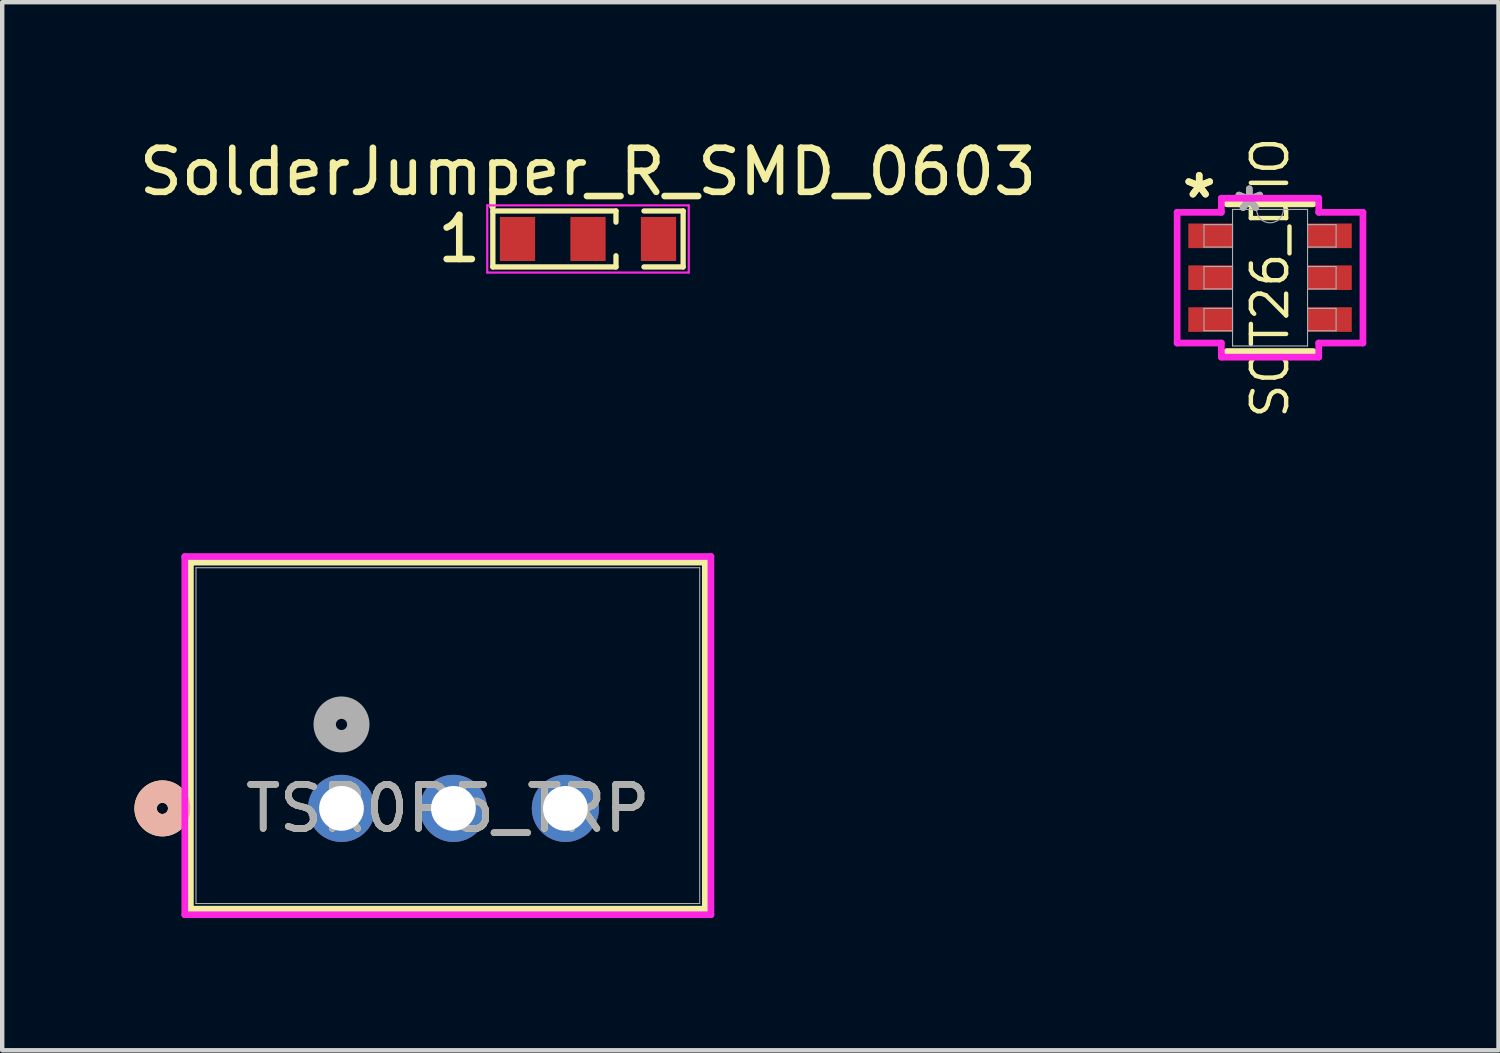
<source format=kicad_pcb>
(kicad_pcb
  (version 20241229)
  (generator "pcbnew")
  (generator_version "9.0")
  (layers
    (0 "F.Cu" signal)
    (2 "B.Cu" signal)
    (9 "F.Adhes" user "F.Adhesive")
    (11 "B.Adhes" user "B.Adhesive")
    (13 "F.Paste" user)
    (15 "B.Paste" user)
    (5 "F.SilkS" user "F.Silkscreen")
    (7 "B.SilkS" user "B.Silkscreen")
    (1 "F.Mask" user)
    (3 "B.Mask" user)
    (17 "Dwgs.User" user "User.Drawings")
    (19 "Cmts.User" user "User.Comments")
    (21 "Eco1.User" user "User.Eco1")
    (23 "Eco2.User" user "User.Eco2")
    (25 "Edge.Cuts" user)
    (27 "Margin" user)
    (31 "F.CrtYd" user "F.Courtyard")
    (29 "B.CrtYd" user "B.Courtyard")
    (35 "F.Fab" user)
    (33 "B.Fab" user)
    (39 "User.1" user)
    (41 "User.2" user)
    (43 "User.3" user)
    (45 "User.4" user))
  (footprint "SOT26_DIO"
    (layer "F.Cu")
    (at 25.768 3.251)
    (property "Reference" "SOT26_DIO" (at 0 0 90) (unlocked yes) (layer "F.SilkS") (effects (font (size 0.8 0.8) (thickness 0.1))))
    (attr smd)
    (fp_line (start -0.978 1.676) (end 0.978 1.676) (stroke (width 0.152) (type solid)) (layer "F.SilkS"))
    (fp_line (start 0.978 -1.676) (end -0.978 -1.676) (stroke (width 0.152) (type solid)) (layer "F.SilkS"))
    (fp_line (start -2.108 -1.483) (end -1.105 -1.483) (stroke (width 0.152) (type solid)) (layer "F.CrtYd"))
    (fp_line (start -2.108 1.483) (end -2.108 -1.483) (stroke (width 0.152) (type solid)) (layer "F.CrtYd"))
    (fp_line (start -2.108 1.483) (end -1.105 1.483) (stroke (width 0.152) (type solid)) (layer "F.CrtYd"))
    (fp_line (start -1.105 -1.803) (end 1.105 -1.803) (stroke (width 0.152) (type solid)) (layer "F.CrtYd"))
    (fp_line (start -1.105 -1.483) (end -1.105 -1.803) (stroke (width 0.152) (type solid)) (layer "F.CrtYd"))
    (fp_line (start -1.105 1.803) (end -1.105 1.483) (stroke (width 0.152) (type solid)) (layer "F.CrtYd"))
    (fp_line (start 1.105 -1.803) (end 1.105 -1.483) (stroke (width 0.152) (type solid)) (layer "F.CrtYd"))
    (fp_line (start 1.105 1.483) (end 1.105 1.803) (stroke (width 0.152) (type solid)) (layer "F.CrtYd"))
    (fp_line (start 1.105 1.803) (end -1.105 1.803) (stroke (width 0.152) (type solid)) (layer "F.CrtYd"))
    (fp_line (start 2.108 -1.483) (end 1.105 -1.483) (stroke (width 0.152) (type solid)) (layer "F.CrtYd"))
    (fp_line (start 2.108 -1.483) (end 2.108 1.483) (stroke (width 0.152) (type solid)) (layer "F.CrtYd"))
    (fp_line (start 2.108 1.483) (end 1.105 1.483) (stroke (width 0.152) (type solid)) (layer "F.CrtYd"))
    (fp_line (start -1.499 -1.204) (end -1.499 -0.696) (stroke (width 0.025) (type solid)) (layer "F.Fab"))
    (fp_line (start -1.499 -0.696) (end -0.851 -0.696) (stroke (width 0.025) (type solid)) (layer "F.Fab"))
    (fp_line (start -1.499 -0.254) (end -1.499 0.254) (stroke (width 0.025) (type solid)) (layer "F.Fab"))
    (fp_line (start -1.499 0.254) (end -0.851 0.254) (stroke (width 0.025) (type solid)) (layer "F.Fab"))
    (fp_line (start -1.499 0.696) (end -1.499 1.204) (stroke (width 0.025) (type solid)) (layer "F.Fab"))
    (fp_line (start -1.499 1.204) (end -0.851 1.204) (stroke (width 0.025) (type solid)) (layer "F.Fab"))
    (fp_line (start -0.851 -1.549) (end -0.851 1.549) (stroke (width 0.025) (type solid)) (layer "F.Fab"))
    (fp_line (start -0.851 -1.204) (end -1.499 -1.204) (stroke (width 0.025) (type solid)) (layer "F.Fab"))
    (fp_line (start -0.851 -0.696) (end -0.851 -1.204) (stroke (width 0.025) (type solid)) (layer "F.Fab"))
    (fp_line (start -0.851 -0.254) (end -1.499 -0.254) (stroke (width 0.025) (type solid)) (layer "F.Fab"))
    (fp_line (start -0.851 0.254) (end -0.851 -0.254) (stroke (width 0.025) (type solid)) (layer "F.Fab"))
    (fp_line (start -0.851 0.696) (end -1.499 0.696) (stroke (width 0.025) (type solid)) (layer "F.Fab"))
    (fp_line (start -0.851 1.204) (end -0.851 0.696) (stroke (width 0.025) (type solid)) (layer "F.Fab"))
    (fp_line (start -0.851 1.549) (end 0.851 1.549) (stroke (width 0.025) (type solid)) (layer "F.Fab"))
    (fp_line (start 0.851 -1.549) (end -0.851 -1.549) (stroke (width 0.025) (type solid)) (layer "F.Fab"))
    (fp_line (start 0.851 -1.204) (end 0.851 -0.696) (stroke (width 0.025) (type solid)) (layer "F.Fab"))
    (fp_line (start 0.851 -0.696) (end 1.499 -0.696) (stroke (width 0.025) (type solid)) (layer "F.Fab"))
    (fp_line (start 0.851 -0.254) (end 0.851 0.254) (stroke (width 0.025) (type solid)) (layer "F.Fab"))
    (fp_line (start 0.851 0.254) (end 1.499 0.254) (stroke (width 0.025) (type solid)) (layer "F.Fab"))
    (fp_line (start 0.851 0.696) (end 0.851 1.204) (stroke (width 0.025) (type solid)) (layer "F.Fab"))
    (fp_line (start 0.851 1.204) (end 1.499 1.204) (stroke (width 0.025) (type solid)) (layer "F.Fab"))
    (fp_line (start 0.851 1.549) (end 0.851 -1.549) (stroke (width 0.025) (type solid)) (layer "F.Fab"))
    (fp_line (start 1.499 -1.204) (end 0.851 -1.204) (stroke (width 0.025) (type solid)) (layer "F.Fab"))
    (fp_line (start 1.499 -0.696) (end 1.499 -1.204) (stroke (width 0.025) (type solid)) (layer "F.Fab"))
    (fp_line (start 1.499 -0.254) (end 0.851 -0.254) (stroke (width 0.025) (type solid)) (layer "F.Fab"))
    (fp_line (start 1.499 0.254) (end 1.499 -0.254) (stroke (width 0.025) (type solid)) (layer "F.Fab"))
    (fp_line (start 1.499 0.696) (end 0.851 0.696) (stroke (width 0.025) (type solid)) (layer "F.Fab"))
    (fp_line (start 1.499 1.204) (end 1.499 0.696) (stroke (width 0.025) (type solid)) (layer "F.Fab"))
    (fp_arc (start 0.3048 -1.5494) (mid 0 -1.2446) (end -0.3048 -1.5494) (stroke (width 0.0254) (type solid)) (layer "F.Fab"))
    (fp_rect (start -1.118 -1.829) (end 1.118 1.829) (stroke (width 0.1) (type default)) (fill no) (layer "User.7"))
    (fp_arc (start 0.3048 -1.778) (mid 0 -1.4732) (end -0.3048 -1.778) (stroke (width 0.0254) (type solid)) (layer "User.7"))
    (fp_text user "*" (at -1.607 -1.778 0) (layer "F.SilkS") (effects (font (size 1 1) (thickness 0.15))))
    (fp_text user "*" (at -1.607 -1.778 0) (unlocked yes) (layer "F.SilkS") (effects (font (size 1 1) (thickness 0.15))))
    (fp_text user "*" (at -0.47 -1.473 0) (unlocked yes) (layer "F.Fab") (effects (font (size 1 1) (thickness 0.15))))
    (fp_text user "*" (at -0.47 -1.473 0) (layer "F.Fab") (effects (font (size 1 1) (thickness 0.15))))
    (fp_text user "${REFERENCE}" (at 0 0 90) (unlocked yes) (layer "User.5") (effects (font (size 0.6 0.6) (thickness 0.08))))
    (pad "1" smd rect (at -1.353 -0.95) (size 1.003 0.559) (layers "F.Cu" "F.Mask" "F.Paste"))
    (pad "2" smd rect (at -1.353 0) (size 1.003 0.559) (layers "F.Cu" "F.Mask" "F.Paste"))
    (pad "3" smd rect (at -1.353 0.95) (size 1.003 0.559) (layers "F.Cu" "F.Mask" "F.Paste"))
    (pad "4" smd rect (at 1.353 0.95) (size 1.003 0.559) (layers "F.Cu" "F.Mask" "F.Paste"))
    (pad "5" smd rect (at 1.353 0) (size 1.003 0.559) (layers "F.Cu" "F.Mask" "F.Paste"))
    (pad "6" smd rect (at 1.353 -0.95) (size 1.003 0.559) (layers "F.Cu" "F.Mask" "F.Paste")))
  (footprint "SolderJumper_R_SMD_0603"
    (layer "F.Cu")
    (at 10.292 2.372)
    (property "Reference" "SolderJumper_R_SMD_0603" (at 0 -1.524 0) (layer "F.SilkS") (effects (font (size 1 1) (thickness 0.15))))
    (attr exclude_from_pos_files exclude_from_bom)
    (fp_line (start -2.159 -0.635) (end 0.635 -0.635) (stroke (width 0.12) (type solid)) (layer "F.SilkS"))
    (fp_line (start -2.159 0.635) (end -2.159 -0.635) (stroke (width 0.12) (type solid)) (layer "F.SilkS"))
    (fp_line (start 0.635 -0.635) (end 0.635 -0.381) (stroke (width 0.12) (type solid)) (layer "F.SilkS"))
    (fp_line (start 0.635 0.381) (end 0.635 0.635) (stroke (width 0.12) (type solid)) (layer "F.SilkS"))
    (fp_line (start 0.635 0.635) (end -2.159 0.635) (stroke (width 0.12) (type solid)) (layer "F.SilkS"))
    (fp_line (start 1.27 -0.635) (end 2.159 -0.635) (stroke (width 0.12) (type solid)) (layer "F.SilkS"))
    (fp_line (start 1.27 0.635) (end 2.159 0.635) (stroke (width 0.12) (type solid)) (layer "F.SilkS"))
    (fp_line (start 2.159 -0.635) (end 2.159 0.635) (stroke (width 0.12) (type solid)) (layer "F.SilkS"))
    (fp_line (start -2.286 -0.762) (end -2.286 0.762) (stroke (width 0.05) (type solid)) (layer "F.CrtYd"))
    (fp_line (start -2.286 -0.762) (end 2.286 -0.762) (stroke (width 0.05) (type solid)) (layer "F.CrtYd"))
    (fp_line (start 2.286 0.762) (end -2.286 0.762) (stroke (width 0.05) (type solid)) (layer "F.CrtYd"))
    (fp_line (start 2.286 0.762) (end 2.286 -0.762) (stroke (width 0.05) (type solid)) (layer "F.CrtYd"))
    (fp_text user "1" (at -2.921 0 0) (layer "F.SilkS") (effects (font (size 1 1) (thickness 0.15))))
    (pad "1" smd rect (at -1.6 0) (size 0.8 1) (layers "F.Cu" "F.Mask" "F.Paste"))
    (pad "2" smd rect (at 0 0) (size 0.8 1) (layers "F.Cu" "F.Mask" "F.Paste"))
    (pad "3" smd rect (at 1.6 0) (size 0.8 1) (layers "F.Cu" "F.Mask")))
  (footprint "TSR0P5_TRP"
    (layer "F.Cu")
    (at 4.699 15.293)
    (property "Reference" "TSR0P5_TRP" (at 2.413 0 0) (unlocked yes) (layer "F.SilkS") (effects (font (size 1 1) (thickness 0.15))))
    (attr through_hole)
    (fp_line (start -3.429 -5.588) (end -3.429 2.286) (stroke (width 0.152) (type solid)) (layer "F.SilkS"))
    (fp_line (start -3.429 2.286) (end 8.255 2.286) (stroke (width 0.152) (type solid)) (layer "F.SilkS"))
    (fp_line (start 8.255 -5.588) (end -3.429 -5.588) (stroke (width 0.152) (type solid)) (layer "F.SilkS"))
    (fp_line (start 8.255 2.286) (end 8.255 -5.588) (stroke (width 0.152) (type solid)) (layer "F.SilkS"))
    (fp_circle (center -4.064 0) (end -3.683 0) (stroke (width 0.508) (type solid)) (fill no) (layer "F.SilkS"))
    (fp_circle (center -4.064 0) (end -3.683 0) (stroke (width 0.508) (type solid)) (fill no) (layer "B.SilkS"))
    (fp_line (start -3.556 -5.715) (end -3.556 2.413) (stroke (width 0.152) (type solid)) (layer "F.CrtYd"))
    (fp_line (start -3.556 2.413) (end 8.382 2.413) (stroke (width 0.152) (type solid)) (layer "F.CrtYd"))
    (fp_line (start 8.382 -5.715) (end -3.556 -5.715) (stroke (width 0.152) (type solid)) (layer "F.CrtYd"))
    (fp_line (start 8.382 2.413) (end 8.382 -5.715) (stroke (width 0.152) (type solid)) (layer "F.CrtYd"))
    (fp_line (start -3.302 -5.461) (end -3.302 2.159) (stroke (width 0.025) (type solid)) (layer "F.Fab"))
    (fp_line (start -3.302 2.159) (end 8.128 2.159) (stroke (width 0.025) (type solid)) (layer "F.Fab"))
    (fp_line (start 8.128 -5.461) (end -3.302 -5.461) (stroke (width 0.025) (type solid)) (layer "F.Fab"))
    (fp_line (start 8.128 2.159) (end 8.128 -5.461) (stroke (width 0.025) (type solid)) (layer "F.Fab"))
    (fp_circle (center 0 -1.905) (end 0.381 -1.905) (stroke (width 0.508) (type solid)) (fill no) (layer "F.Fab"))
    (fp_text user "${REFERENCE}" (at 2.413 0 0) (unlocked yes) (layer "F.Fab") (effects (font (size 1 1) (thickness 0.15))))
    (pad "1" thru_hole circle (at 0 0) (size 1.524 1.524) (drill 1.016) (layers "*.Cu" "*.Mask"))
    (pad "2" thru_hole circle (at 2.54 0) (size 1.524 1.524) (drill 1.016) (layers "*.Cu" "*.Mask"))
    (pad "3" thru_hole circle (at 5.08 0) (size 1.524 1.524) (drill 1.016) (layers "*.Cu" "*.Mask")))
  (gr_rect
    (start -3 -3)
    (end 30.952 20.782)
    (stroke (width 0.1) (type default))
    (fill no)
    (layer "Edge.Cuts")))
</source>
